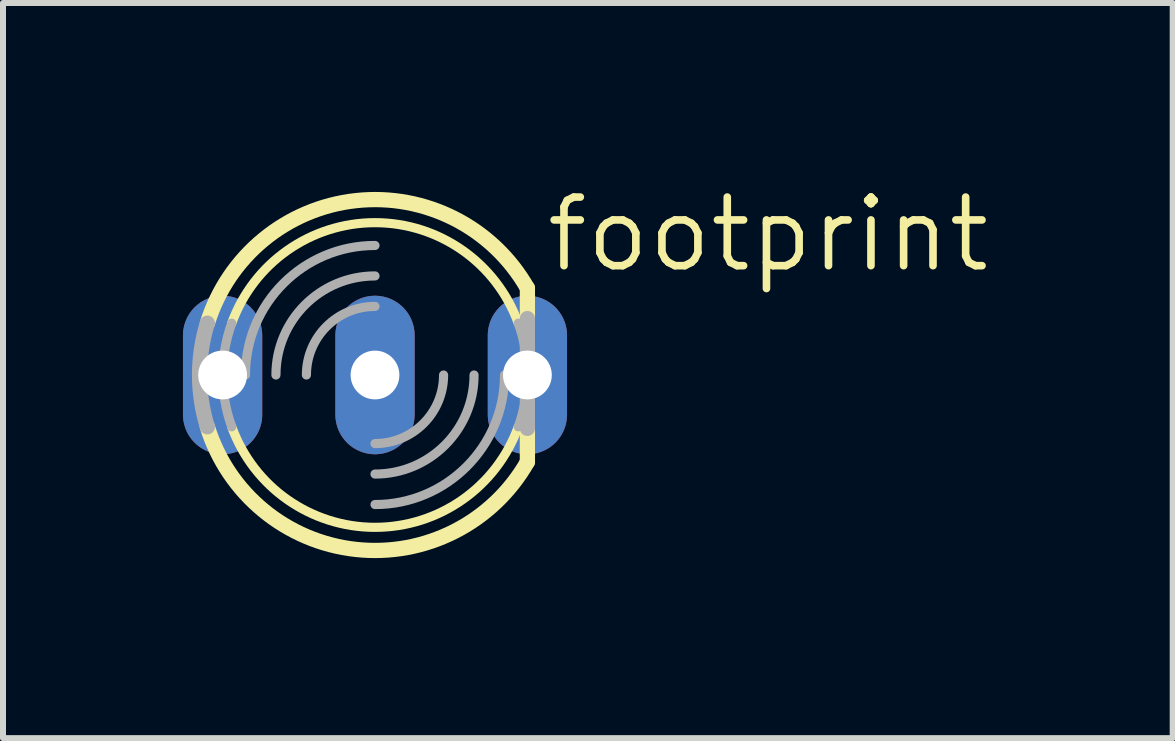
<source format=kicad_pcb>
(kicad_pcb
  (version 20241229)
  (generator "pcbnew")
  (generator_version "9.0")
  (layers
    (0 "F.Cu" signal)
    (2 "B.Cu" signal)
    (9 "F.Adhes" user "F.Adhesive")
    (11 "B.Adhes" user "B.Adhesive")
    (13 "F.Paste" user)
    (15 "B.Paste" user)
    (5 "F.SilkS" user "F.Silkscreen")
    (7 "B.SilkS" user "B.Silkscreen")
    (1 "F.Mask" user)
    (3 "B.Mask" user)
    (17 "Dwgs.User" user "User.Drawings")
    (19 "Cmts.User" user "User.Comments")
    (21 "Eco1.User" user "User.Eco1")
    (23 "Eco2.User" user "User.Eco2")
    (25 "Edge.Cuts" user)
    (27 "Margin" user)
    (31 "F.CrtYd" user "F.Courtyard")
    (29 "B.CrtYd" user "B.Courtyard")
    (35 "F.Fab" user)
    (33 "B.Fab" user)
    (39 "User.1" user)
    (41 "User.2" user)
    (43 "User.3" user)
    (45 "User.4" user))
  (footprint "footprint"
    (layer "F.Cu")
    (at 3.2 3.2)
    (property "Reference" "footprint" (at 2.794 -1.676 0) (layer "F.SilkS") (effects (font (size 1.143 1.143) (thickness 0.127)) (justify left bottom)))
    (fp_line (start 2.54 -1.448) (end 2.54 -0.889) (stroke (width 0.254) (type solid)) (layer "F.SilkS"))
    (fp_line (start 2.54 0.889) (end 2.54 1.448) (stroke (width 0.254) (type solid)) (layer "F.SilkS"))
    (fp_arc (start -2.7933 -0.8634) (mid -0.318481 -2.906275) (end 2.540001 -1.4478) (stroke (width 0.254) (type solid)) (layer "F.SilkS"))
    (fp_arc (start -2.3876 -0.8636) (mid 0 -2.538984) (end 2.3876 -0.8636) (stroke (width 0.1524) (type solid)) (layer "F.SilkS"))
    (fp_arc (start 2.3876 0.8636) (mid 0 2.538984) (end -2.3876 0.8636) (stroke (width 0.1524) (type solid)) (layer "F.SilkS"))
    (fp_arc (start 2.540699 1.4482) (mid -0.318548 2.907036) (end -2.794 0.8636) (stroke (width 0.254) (type solid)) (layer "F.SilkS"))
    (fp_line (start 2.54 -0.94) (end 2.54 0.889) (stroke (width 0.254) (type solid)) (layer "F.Fab"))
    (fp_arc (start -2.794 0.8636) (mid -2.924421 0) (end -2.794 -0.8636) (stroke (width 0.254) (type solid)) (layer "F.Fab"))
    (fp_arc (start -2.3876 0.8636) (mid -2.538984 0) (end -2.3876 -0.8636) (stroke (width 0.1524) (type solid)) (layer "F.Fab"))
    (fp_arc (start -2.159 0) (mid -1.526644 -1.526644) (end 0 -2.159) (stroke (width 0.1524) (type solid)) (layer "F.Fab"))
    (fp_arc (start -1.651 0) (mid -1.167433 -1.167433) (end 0 -1.651) (stroke (width 0.1524) (type solid)) (layer "F.Fab"))
    (fp_arc (start -1.143 0) (mid -0.808223 -0.808223) (end 0 -1.143) (stroke (width 0.1524) (type solid)) (layer "F.Fab"))
    (fp_arc (start 1.143 0) (mid 0.808223 0.808223) (end 0 1.143) (stroke (width 0.1524) (type solid)) (layer "F.Fab"))
    (fp_arc (start 1.651 0) (mid 1.167433 1.167433) (end 0 1.651) (stroke (width 0.1524) (type solid)) (layer "F.Fab"))
    (fp_arc (start 2.159 0) (mid 1.526644 1.526644) (end 0 2.159) (stroke (width 0.1524) (type solid)) (layer "F.Fab"))
    (fp_arc (start 2.3876 -0.8636) (mid 2.538984 0) (end 2.3876 0.8636) (stroke (width 0.1524) (type solid)) (layer "F.Fab"))
    (pad "AG" thru_hole oval (at -2.54 0 90) (size 2.642 1.321) (drill 0.813) (layers "*.Cu" "*.Mask"))
    (pad "AR" thru_hole oval (at 2.54 0 90) (size 2.642 1.321) (drill 0.813) (layers "*.Cu" "*.Mask"))
    (pad "K" thru_hole oval (at 0 0 90) (size 2.642 1.321) (drill 0.813) (layers "*.Cu" "*.Mask")))
  (gr_rect
    (start -3 -3)
    (end 16.495 9.252)
    (stroke (width 0.1) (type default))
    (fill no)
    (layer "Edge.Cuts")))
</source>
